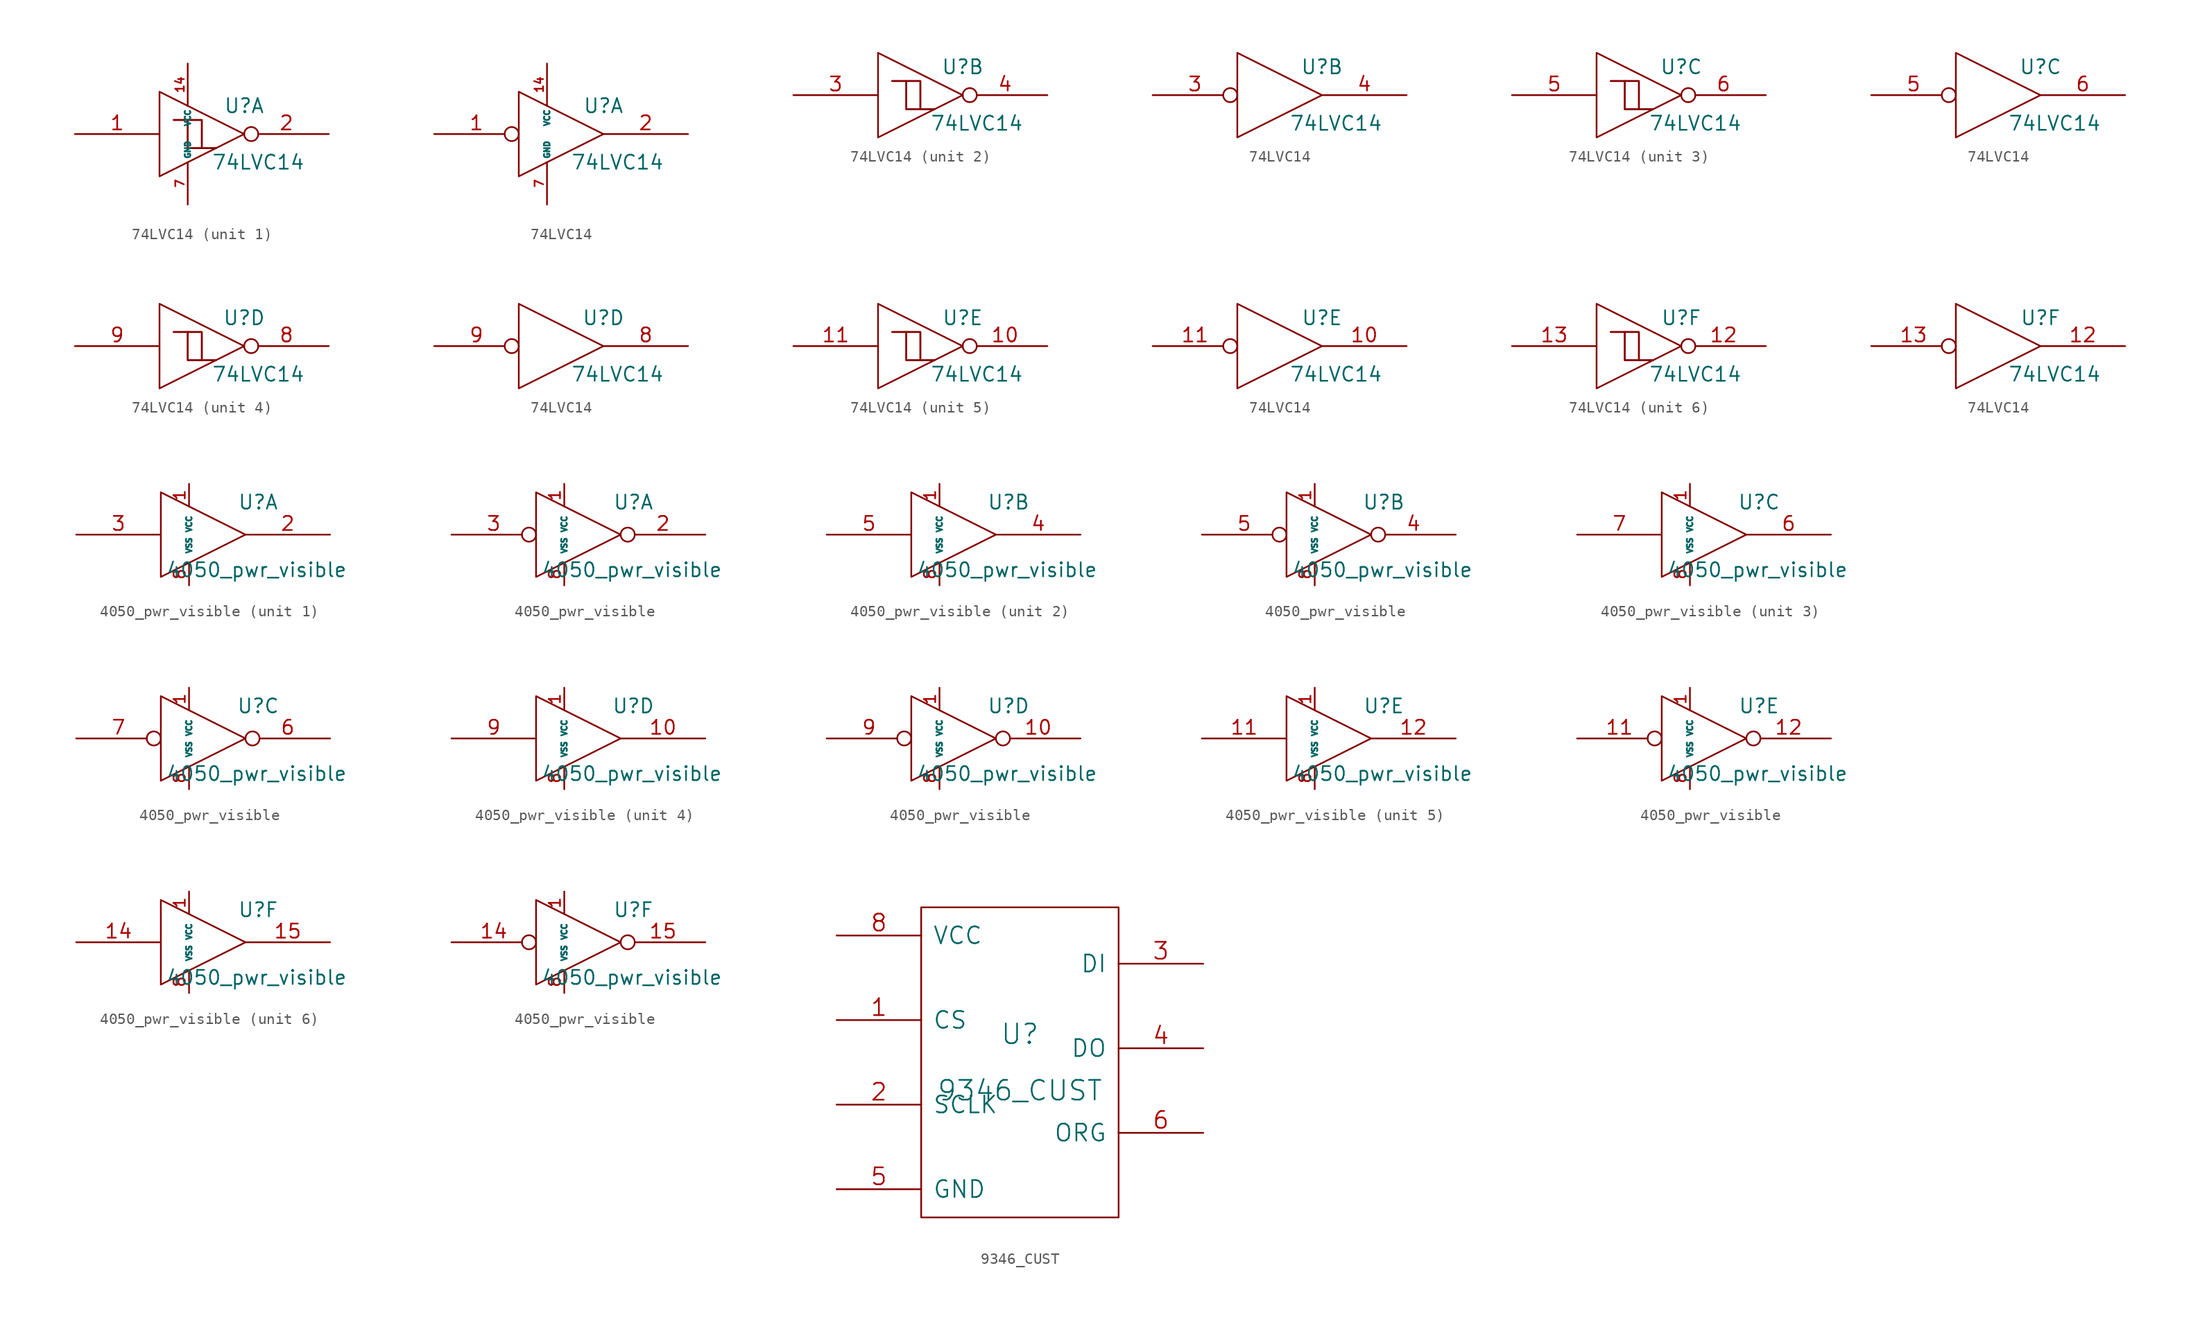
<source format=kicad_sym>
(kicad_symbol_lib
  (version 20211014)
  (generator kicad_symbol_editor)
  (symbol "74LVC14"
    (pin_names
      (offset 0.254))
    (property "Reference" "U"
      (at 3.81 2.54 0)
      (effects (font (size 1.27 1.27))))
    (property "Value" "74LVC14"
      (at 5.08 -2.54 0)
      (effects (font (size 1.27 1.27))))
    (symbol "74LVC14_0_0"
      (polyline (pts (xy -3.81 3.81) (xy -3.81 -3.81) (xy 3.81 0) (xy -3.81 3.81)) (stroke (width 0) (type default) (color 0 0 0 0)) (fill (type none))))
    (symbol "74LVC14_0_1"
      (rectangle (start -1.27 1.27) (end 0 -1.27) (stroke (width 0) (type default) (color 0 0 0 0)) (fill (type none)))
      (rectangle (start -1.27 1.27) (end 0 -1.27) (stroke (width 0) (type default) (color 0 0 0 0)) (fill (type none)))
      (polyline (pts (xy -1.27 1.27) (xy -2.54 1.27)) (stroke (width 0) (type default) (color 0 0 0 0)) (fill (type none)))
      (polyline (pts (xy -1.27 1.27) (xy -2.54 1.27)) (stroke (width 0) (type default) (color 0 0 0 0)) (fill (type none)))
      (polyline (pts (xy 0 -1.27) (xy 1.27 -1.27)) (stroke (width 0) (type default) (color 0 0 0 0)) (fill (type none)))
      (polyline (pts (xy 0 -1.27) (xy 1.27 -1.27)) (stroke (width 0) (type default) (color 0 0 0 0)) (fill (type none))))
    (symbol "74LVC14_1_0"
      (pin power_in line (at -1.27 6.35 270) (length 3.81) (name "VCC" (effects (font (size 0.508 0.508)))) (number "14" (effects (font (size 0.762 0.762)))))
      (pin power_in line (at -1.27 -6.35 90) (length 3.81) (name "GND" (effects (font (size 0.508 0.508)))) (number "7" (effects (font (size 0.762 0.762))))))
    (symbol "74LVC14_1_1"
      (pin input line (at -11.43 0 0) (length 7.62) (name "~" (effects (font (size 1.27 1.27)))) (number "1" (effects (font (size 1.27 1.27)))))
      (pin output inverted (at 11.43 0 180) (length 7.62) (name "~" (effects (font (size 1.27 1.27)))) (number "2" (effects (font (size 1.27 1.27))))))
    (symbol "74LVC14_1_2"
      (pin input inverted (at -11.43 0 0) (length 7.62) (name "~" (effects (font (size 1.27 1.27)))) (number "1" (effects (font (size 1.27 1.27)))))
      (pin output line (at 11.43 0 180) (length 7.62) (name "~" (effects (font (size 1.27 1.27)))) (number "2" (effects (font (size 1.27 1.27))))))
    (symbol "74LVC14_2_1"
      (pin input line (at -11.43 0 0) (length 7.62) (name "~" (effects (font (size 1.27 1.27)))) (number "3" (effects (font (size 1.27 1.27)))))
      (pin output inverted (at 11.43 0 180) (length 7.62) (name "~" (effects (font (size 1.27 1.27)))) (number "4" (effects (font (size 1.27 1.27))))))
    (symbol "74LVC14_2_2"
      (pin input inverted (at -11.43 0 0) (length 7.62) (name "~" (effects (font (size 1.27 1.27)))) (number "3" (effects (font (size 1.27 1.27)))))
      (pin output line (at 11.43 0 180) (length 7.62) (name "~" (effects (font (size 1.27 1.27)))) (number "4" (effects (font (size 1.27 1.27))))))
    (symbol "74LVC14_3_1"
      (pin input line (at -11.43 0 0) (length 7.62) (name "~" (effects (font (size 1.27 1.27)))) (number "5" (effects (font (size 1.27 1.27)))))
      (pin output inverted (at 11.43 0 180) (length 7.62) (name "~" (effects (font (size 1.27 1.27)))) (number "6" (effects (font (size 1.27 1.27))))))
    (symbol "74LVC14_3_2"
      (pin input inverted (at -11.43 0 0) (length 7.62) (name "~" (effects (font (size 1.27 1.27)))) (number "5" (effects (font (size 1.27 1.27)))))
      (pin output line (at 11.43 0 180) (length 7.62) (name "~" (effects (font (size 1.27 1.27)))) (number "6" (effects (font (size 1.27 1.27))))))
    (symbol "74LVC14_4_1"
      (pin output inverted (at 11.43 0 180) (length 7.62) (name "~" (effects (font (size 1.27 1.27)))) (number "8" (effects (font (size 1.27 1.27)))))
      (pin input line (at -11.43 0 0) (length 7.62) (name "~" (effects (font (size 1.27 1.27)))) (number "9" (effects (font (size 1.27 1.27))))))
    (symbol "74LVC14_4_2"
      (pin output line (at 11.43 0 180) (length 7.62) (name "~" (effects (font (size 1.27 1.27)))) (number "8" (effects (font (size 1.27 1.27)))))
      (pin input inverted (at -11.43 0 0) (length 7.62) (name "~" (effects (font (size 1.27 1.27)))) (number "9" (effects (font (size 1.27 1.27))))))
    (symbol "74LVC14_5_1"
      (pin output inverted (at 11.43 0 180) (length 7.62) (name "~" (effects (font (size 1.27 1.27)))) (number "10" (effects (font (size 1.27 1.27)))))
      (pin input line (at -11.43 0 0) (length 7.62) (name "~" (effects (font (size 1.27 1.27)))) (number "11" (effects (font (size 1.27 1.27))))))
    (symbol "74LVC14_5_2"
      (pin output line (at 11.43 0 180) (length 7.62) (name "~" (effects (font (size 1.27 1.27)))) (number "10" (effects (font (size 1.27 1.27)))))
      (pin input inverted (at -11.43 0 0) (length 7.62) (name "~" (effects (font (size 1.27 1.27)))) (number "11" (effects (font (size 1.27 1.27))))))
    (symbol "74LVC14_6_1"
      (pin output inverted (at 11.43 0 180) (length 7.62) (name "~" (effects (font (size 1.27 1.27)))) (number "12" (effects (font (size 1.27 1.27)))))
      (pin input line (at -11.43 0 0) (length 7.62) (name "~" (effects (font (size 1.27 1.27)))) (number "13" (effects (font (size 1.27 1.27))))))
    (symbol "74LVC14_6_2"
      (pin output line (at 11.43 0 180) (length 7.62) (name "~" (effects (font (size 1.27 1.27)))) (number "12" (effects (font (size 1.27 1.27)))))
      (pin input inverted (at -11.43 0 0) (length 7.62) (name "~" (effects (font (size 1.27 1.27)))) (number "13" (effects (font (size 1.27 1.27)))))))
  (symbol "4050_pwr_visible"
    (pin_names
      (offset 0.762))
    (property "Reference" "U"
      (at 4.953 2.921 0)
      (effects (font (size 1.27 1.27))))
    (property "Value" "4050_pwr_visible"
      (at 4.826 -3.175 0)
      (effects (font (size 1.27 1.27))))
    (symbol "4050_pwr_visible_0_0"
      (polyline (pts (xy -3.81 3.81) (xy -3.81 -3.81) (xy 3.81 0) (xy -3.81 3.81)) (stroke (width 0) (type default) (color 0 0 0 0)) (fill (type none)))
      (pin power_in line (at -1.27 4.572 270) (length 2.032) (name "VCC" (effects (font (size 0.508 0.508)))) (number "1" (effects (font (size 1.016 1.016)))))
      (pin power_in line (at -1.27 -4.572 90) (length 2.032) (name "VSS" (effects (font (size 0.508 0.508)))) (number "8" (effects (font (size 1.016 1.016))))))
    (symbol "4050_pwr_visible_1_1"
      (pin output line (at 11.43 0 180) (length 7.62) (name "~" (effects (font (size 1.27 1.27)))) (number "2" (effects (font (size 1.27 1.27)))))
      (pin input line (at -11.43 0 0) (length 7.62) (name "~" (effects (font (size 1.27 1.27)))) (number "3" (effects (font (size 1.27 1.27))))))
    (symbol "4050_pwr_visible_1_2"
      (pin output inverted (at 11.43 0 180) (length 7.62) (name "~" (effects (font (size 1.27 1.27)))) (number "2" (effects (font (size 1.27 1.27)))))
      (pin input inverted (at -11.43 0 0) (length 7.62) (name "~" (effects (font (size 1.27 1.27)))) (number "3" (effects (font (size 1.27 1.27))))))
    (symbol "4050_pwr_visible_2_1"
      (pin output line (at 11.43 0 180) (length 7.62) (name "~" (effects (font (size 1.27 1.27)))) (number "4" (effects (font (size 1.27 1.27)))))
      (pin input line (at -11.43 0 0) (length 7.62) (name "~" (effects (font (size 1.27 1.27)))) (number "5" (effects (font (size 1.27 1.27))))))
    (symbol "4050_pwr_visible_2_2"
      (pin output inverted (at 11.43 0 180) (length 7.62) (name "~" (effects (font (size 1.27 1.27)))) (number "4" (effects (font (size 1.27 1.27)))))
      (pin input inverted (at -11.43 0 0) (length 7.62) (name "~" (effects (font (size 1.27 1.27)))) (number "5" (effects (font (size 1.27 1.27))))))
    (symbol "4050_pwr_visible_3_1"
      (pin output line (at 11.43 0 180) (length 7.62) (name "~" (effects (font (size 1.27 1.27)))) (number "6" (effects (font (size 1.27 1.27)))))
      (pin input line (at -11.43 0 0) (length 7.62) (name "~" (effects (font (size 1.27 1.27)))) (number "7" (effects (font (size 1.27 1.27))))))
    (symbol "4050_pwr_visible_3_2"
      (pin output inverted (at 11.43 0 180) (length 7.62) (name "~" (effects (font (size 1.27 1.27)))) (number "6" (effects (font (size 1.27 1.27)))))
      (pin input inverted (at -11.43 0 0) (length 7.62) (name "~" (effects (font (size 1.27 1.27)))) (number "7" (effects (font (size 1.27 1.27))))))
    (symbol "4050_pwr_visible_4_1"
      (pin output line (at 11.43 0 180) (length 7.62) (name "~" (effects (font (size 1.27 1.27)))) (number "10" (effects (font (size 1.27 1.27)))))
      (pin input line (at -11.43 0 0) (length 7.62) (name "~" (effects (font (size 1.27 1.27)))) (number "9" (effects (font (size 1.27 1.27))))))
    (symbol "4050_pwr_visible_4_2"
      (pin output inverted (at 11.43 0 180) (length 7.62) (name "~" (effects (font (size 1.27 1.27)))) (number "10" (effects (font (size 1.27 1.27)))))
      (pin input inverted (at -11.43 0 0) (length 7.62) (name "~" (effects (font (size 1.27 1.27)))) (number "9" (effects (font (size 1.27 1.27))))))
    (symbol "4050_pwr_visible_5_1"
      (pin input line (at -11.43 0 0) (length 7.62) (name "~" (effects (font (size 1.27 1.27)))) (number "11" (effects (font (size 1.27 1.27)))))
      (pin output line (at 11.43 0 180) (length 7.62) (name "~" (effects (font (size 1.27 1.27)))) (number "12" (effects (font (size 1.27 1.27))))))
    (symbol "4050_pwr_visible_5_2"
      (pin input inverted (at -11.43 0 0) (length 7.62) (name "~" (effects (font (size 1.27 1.27)))) (number "11" (effects (font (size 1.27 1.27)))))
      (pin output inverted (at 11.43 0 180) (length 7.62) (name "~" (effects (font (size 1.27 1.27)))) (number "12" (effects (font (size 1.27 1.27))))))
    (symbol "4050_pwr_visible_6_1"
      (pin input line (at -11.43 0 0) (length 7.62) (name "~" (effects (font (size 1.27 1.27)))) (number "14" (effects (font (size 1.27 1.27)))))
      (pin output line (at 11.43 0 180) (length 7.62) (name "~" (effects (font (size 1.27 1.27)))) (number "15" (effects (font (size 1.27 1.27))))))
    (symbol "4050_pwr_visible_6_2"
      (pin input inverted (at -11.43 0 0) (length 7.62) (name "~" (effects (font (size 1.27 1.27)))) (number "14" (effects (font (size 1.27 1.27)))))
      (pin output inverted (at 11.43 0 180) (length 7.62) (name "~" (effects (font (size 1.27 1.27)))) (number "15" (effects (font (size 1.27 1.27)))))))
  (symbol "9346_CUST"
    (pin_names
      (offset 1.016))
    (property "Reference" "U"
      (at 0 2.54 0)
      (effects (font (size 1.778 1.778))))
    (property "Value" "9346_CUST"
      (at 0 -2.54 0)
      (effects (font (size 1.778 1.778))))
    (property "Footprint" ""
      (at 0 0 0)
      (effects (font (size 1.524 1.524))))
    (property "Datasheet" ""
      (at 0 0 0)
      (effects (font (size 1.524 1.524))))
    (symbol "9346_CUST_0_1"
      (rectangle (start -8.89 -13.97) (end 8.89 13.97) (stroke (width 0) (type default) (color 0 0 0 0)) (fill (type none))))
    (symbol "9346_CUST_1_1"
      (pin input line (at -16.51 3.81 0) (length 7.62) (name "CS" (effects (font (size 1.524 1.524)))) (number "1" (effects (font (size 1.524 1.524)))))
      (pin input line (at -16.51 -3.81 0) (length 7.62) (name "SCLK" (effects (font (size 1.524 1.524)))) (number "2" (effects (font (size 1.524 1.524)))))
      (pin input line (at 16.51 8.89 180) (length 7.62) (name "DI" (effects (font (size 1.524 1.524)))) (number "3" (effects (font (size 1.524 1.524)))))
      (pin tri_state line (at 16.51 1.27 180) (length 7.62) (name "DO" (effects (font (size 1.524 1.524)))) (number "4" (effects (font (size 1.524 1.524)))))
      (pin input line (at -16.51 -11.43 0) (length 7.62) (name "GND" (effects (font (size 1.524 1.524)))) (number "5" (effects (font (size 1.524 1.524)))))
      (pin input line (at 16.51 -6.35 180) (length 7.62) (name "ORG" (effects (font (size 1.524 1.524)))) (number "6" (effects (font (size 1.524 1.524)))))
      (pin no_connect line (at 16.51 -12.7 180) (length 7.62) hide (name "NU" (effects (font (size 1.524 1.524)))) (number "7" (effects (font (size 1.524 1.524)))))
      (pin input line (at -16.51 11.43 0) (length 7.62) (name "VCC" (effects (font (size 1.524 1.524)))) (number "8" (effects (font (size 1.524 1.524))))))))
</source>
